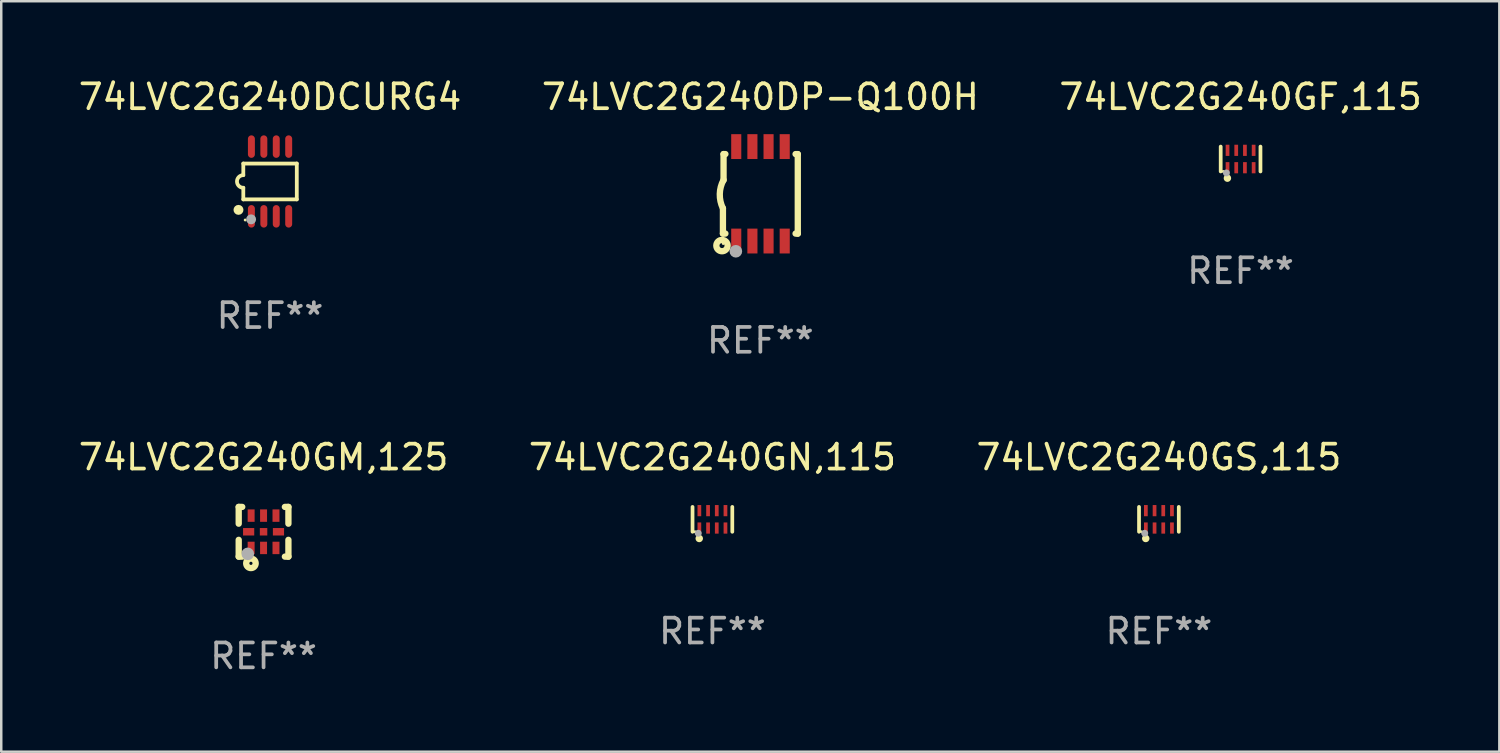
<source format=kicad_pcb>
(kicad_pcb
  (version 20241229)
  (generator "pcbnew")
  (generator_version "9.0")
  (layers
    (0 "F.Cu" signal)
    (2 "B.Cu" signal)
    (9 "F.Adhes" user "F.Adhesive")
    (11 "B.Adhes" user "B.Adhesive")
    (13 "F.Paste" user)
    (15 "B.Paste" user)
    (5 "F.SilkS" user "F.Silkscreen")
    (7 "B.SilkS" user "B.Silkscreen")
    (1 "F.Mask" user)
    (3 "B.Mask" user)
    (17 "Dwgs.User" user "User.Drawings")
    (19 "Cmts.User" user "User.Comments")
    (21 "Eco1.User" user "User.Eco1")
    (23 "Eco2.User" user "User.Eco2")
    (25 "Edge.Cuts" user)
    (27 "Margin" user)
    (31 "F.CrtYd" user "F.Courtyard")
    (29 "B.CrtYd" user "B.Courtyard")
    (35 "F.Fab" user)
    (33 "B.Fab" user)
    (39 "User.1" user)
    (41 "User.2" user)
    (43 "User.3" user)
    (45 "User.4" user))
  (footprint "74LVC2G240GF,115"
    (layer "F.Cu")
    (at 46.863 3.348)
    (property "Reference" "74LVC2G240GF,115" (at 0 -2.5 0) (layer "F.SilkS") (effects (font (size 1 1) (thickness 0.15))))
    (attr through_hole)
    (fp_line (start -0.8 -0.5) (end -0.8 0.5) (stroke (width 0.15) (type solid)) (layer "F.SilkS"))
    (fp_line (start 0.8 -0.5) (end 0.8 0.5) (stroke (width 0.15) (type solid)) (layer "F.SilkS"))
    (fp_circle (center -0.7 0.5) (end -0.67 0.5) (stroke (width 0.06) (type solid)) (fill no) (layer "F.SilkS"))
    (fp_circle (center -0.53 0.77) (end -0.454 0.77) (stroke (width 0.15) (type solid)) (fill no) (layer "F.SilkS"))
    (fp_circle (center -0.57 0.56) (end -0.5 0.56) (stroke (width 0.14) (type solid)) (fill no) (layer "F.Fab"))
    (fp_text user "REF**" (at 0 4.5 0) (layer "F.Fab") (effects (font (size 1 1) (thickness 0.15))))
    (pad "1" smd rect (at -0.525 0.35) (size 0.15 0.45) (layers "F.Cu" "F.Mask" "F.Paste"))
    (pad "2" smd rect (at -0.175 0.35) (size 0.15 0.45) (layers "F.Cu" "F.Mask" "F.Paste"))
    (pad "3" smd rect (at 0.175 0.35) (size 0.15 0.45) (layers "F.Cu" "F.Mask" "F.Paste"))
    (pad "4" smd rect (at 0.525 0.35) (size 0.15 0.45) (layers "F.Cu" "F.Mask" "F.Paste"))
    (pad "5" smd rect (at 0.525 -0.35) (size 0.15 0.45) (layers "F.Cu" "F.Mask" "F.Paste"))
    (pad "6" smd rect (at 0.175 -0.35) (size 0.15 0.45) (layers "F.Cu" "F.Mask" "F.Paste"))
    (pad "7" smd rect (at -0.175 -0.35) (size 0.15 0.45) (layers "F.Cu" "F.Mask" "F.Paste"))
    (pad "8" smd rect (at -0.525 -0.35) (size 0.15 0.45) (layers "F.Cu" "F.Mask" "F.Paste")))
  (footprint "74LVC2G240DP-Q100H"
    (layer "F.Cu")
    (at 27.542 4.748)
    (property "Reference" "74LVC2G240DP-Q100H" (at 0 -3.9 0) (layer "F.SilkS") (effects (font (size 1 1) (thickness 0.15))))
    (attr through_hole)
    (fp_line (start -1.506 1.6) (end -1.506 0.584) (stroke (width 0.254) (type solid)) (layer "F.SilkS"))
    (fp_line (start -1.506 1.6) (end -1.407 1.6) (stroke (width 0.254) (type solid)) (layer "F.SilkS"))
    (fp_line (start -1.481 -1.599) (end -1.481 -0.549) (stroke (width 0.254) (type solid)) (layer "F.SilkS"))
    (fp_line (start -1.481 -1.599) (end -1.407 -1.599) (stroke (width 0.254) (type solid)) (layer "F.SilkS"))
    (fp_line (start 1.417 -1.599) (end 1.506 -1.599) (stroke (width 0.254) (type solid)) (layer "F.SilkS"))
    (fp_line (start 1.417 1.6) (end 1.506 1.6) (stroke (width 0.254) (type solid)) (layer "F.SilkS"))
    (fp_line (start 1.506 1.603) (end 1.506 -1.595) (stroke (width 0.254) (type solid)) (layer "F.SilkS"))
    (fp_arc (start -1.506223 0.584328) (mid -1.632455 0.00974) (end -1.480823 -0.558674) (stroke (width 0.254001) (type solid)) (layer "F.SilkS"))
    (fp_circle (center -1.544 2.083) (end -1.443 2.083) (stroke (width 0.254) (type solid)) (fill no) (layer "F.SilkS"))
    (fp_circle (center -1.495 2) (end -1.465 2) (stroke (width 0.06) (type solid)) (fill no) (layer "F.SilkS"))
    (fp_circle (center -0.986 2.312) (end -0.859 2.312) (stroke (width 0.254) (type solid)) (fill no) (layer "F.Fab"))
    (fp_text user "REF**" (at 0 5.9 0) (layer "F.Fab") (effects (font (size 1 1) (thickness 0.15))))
    (pad "1" smd rect (at -0.97 1.9 90) (size 1 0.406) (layers "F.Cu" "F.Mask" "F.Paste"))
    (pad "2" smd rect (at -0.32 1.9 90) (size 1 0.406) (layers "F.Cu" "F.Mask" "F.Paste"))
    (pad "3" smd rect (at 0.33 1.9 90) (size 1 0.406) (layers "F.Cu" "F.Mask" "F.Paste"))
    (pad "4" smd rect (at 0.98 1.9 90) (size 1 0.406) (layers "F.Cu" "F.Mask" "F.Paste"))
    (pad "5" smd rect (at 0.98 -1.9 90) (size 1 0.406) (layers "F.Cu" "F.Mask" "F.Paste"))
    (pad "6" smd rect (at 0.33 -1.9 90) (size 1 0.406) (layers "F.Cu" "F.Mask" "F.Paste"))
    (pad "7" smd rect (at -0.32 -1.9 90) (size 1 0.406) (layers "F.Cu" "F.Mask" "F.Paste"))
    (pad "8" smd rect (at -0.97 -1.9 90) (size 1 0.406) (layers "F.Cu" "F.Mask" "F.Paste")))
  (footprint "74LVC2G240GM,125"
    (layer "F.Cu")
    (at 7.554 18.345)
    (property "Reference" "74LVC2G240GM,125" (at 0 -3 0) (layer "F.SilkS") (effects (font (size 1 1) (thickness 0.15))))
    (attr through_hole)
    (fp_line (start -1 -1) (end -0.858 -1) (stroke (width 0.254) (type solid)) (layer "F.SilkS"))
    (fp_line (start -1 -0.325) (end -1 -1) (stroke (width 0.254) (type solid)) (layer "F.SilkS"))
    (fp_line (start -1 1) (end -1 0.325) (stroke (width 0.254) (type solid)) (layer "F.SilkS"))
    (fp_line (start -0.858 1) (end -1 1) (stroke (width 0.254) (type solid)) (layer "F.SilkS"))
    (fp_line (start 0.858 -1) (end 1 -1) (stroke (width 0.254) (type solid)) (layer "F.SilkS"))
    (fp_line (start 1 -1) (end 1 -0.325) (stroke (width 0.254) (type solid)) (layer "F.SilkS"))
    (fp_line (start 1 0.325) (end 1 1) (stroke (width 0.254) (type solid)) (layer "F.SilkS"))
    (fp_line (start 1 1) (end 0.858 1) (stroke (width 0.254) (type solid)) (layer "F.SilkS"))
    (fp_circle (center -0.8 0.8) (end -0.77 0.8) (stroke (width 0.06) (type solid)) (fill no) (layer "F.SilkS"))
    (fp_circle (center -0.508 1.27) (end -0.444 1.27) (stroke (width 0.254) (type solid)) (fill no) (layer "F.SilkS"))
    (fp_circle (center -0.635 0.889) (end -0.508 0.889) (stroke (width 0.254) (type solid)) (fill no) (layer "F.Fab"))
    (fp_text user "REF**" (at 0 5 0) (layer "F.Fab") (effects (font (size 1 1) (thickness 0.15))))
    (pad "1" smd rect (at -0.5 0.65 90) (size 0.5 0.28) (layers "F.Cu" "F.Mask" "F.Paste"))
    (pad "2" smd rect (at 0.000013 0.65 90) (size 0.5 0.28) (layers "F.Cu" "F.Mask" "F.Paste"))
    (pad "3" smd rect (at 0.5 0.65 90) (size 0.5 0.28) (layers "F.Cu" "F.Mask" "F.Paste"))
    (pad "4" smd rect (at 0.6 0.000076 180) (size 0.45 0.3) (layers "F.Cu" "F.Mask" "F.Paste"))
    (pad "5" smd rect (at 0.5 -0.65 90) (size 0.5 0.28) (layers "F.Cu" "F.Mask" "F.Paste"))
    (pad "6" smd rect (at 0.000013 -0.65 90) (size 0.5 0.28) (layers "F.Cu" "F.Mask" "F.Paste"))
    (pad "7" smd rect (at -0.5 -0.65 90) (size 0.5 0.28) (layers "F.Cu" "F.Mask" "F.Paste"))
    (pad "8" smd rect (at -0.6 0.000076 180) (size 0.45 0.3) (layers "F.Cu" "F.Mask" "F.Paste"))
    (pad "9" smd rect (at 0.000013 0.000076 180) (size 0.3 0.3) (layers "F.Cu" "F.Mask" "F.Paste")))
  (footprint "74LVC2G240DCURG4"
    (layer "F.Cu")
    (at 7.815 4.251)
    (property "Reference" "74LVC2G240DCURG4" (at 0 -3.403 0) (layer "F.SilkS") (effects (font (size 1 1) (thickness 0.15))))
    (attr through_hole)
    (fp_line (start -1.076 -0.721) (end 1.076 -0.721) (stroke (width 0.152) (type solid)) (layer "F.SilkS"))
    (fp_line (start -1.076 -0.254) (end -1.076 -0.721) (stroke (width 0.152) (type solid)) (layer "F.SilkS"))
    (fp_line (start -1.076 0.254) (end -1.076 0.721) (stroke (width 0.152) (type solid)) (layer "F.SilkS"))
    (fp_line (start 1.076 -0.721) (end 1.076 0.721) (stroke (width 0.152) (type solid)) (layer "F.SilkS"))
    (fp_line (start 1.076 0.721) (end -1.076 0.721) (stroke (width 0.152) (type solid)) (layer "F.SilkS"))
    (fp_arc (start -1.076226 0.254051) (mid -1.330226 0.000051) (end -1.076226 -0.253949) (stroke (width 0.151994) (type solid)) (layer "F.SilkS"))
    (fp_circle (center -1.27 1.143) (end -1.17 1.143) (stroke (width 0.2) (type solid)) (fill no) (layer "F.SilkS"))
    (fp_circle (center -1 1.55) (end -0.97 1.55) (stroke (width 0.06) (type solid)) (fill no) (layer "F.SilkS"))
    (fp_circle (center -0.762 1.524) (end -0.662 1.524) (stroke (width 0.2) (type solid)) (fill no) (layer "F.Fab"))
    (fp_text user "REF**" (at 0 5.403 0) (layer "F.Fab") (effects (font (size 1 1) (thickness 0.15))))
    (pad "1" smd oval (at -0.75 1.403) (size 0.28 0.905) (layers "F.Cu" "F.Mask" "F.Paste"))
    (pad "2" smd oval (at -0.25 1.403) (size 0.28 0.905) (layers "F.Cu" "F.Mask" "F.Paste"))
    (pad "3" smd oval (at 0.25 1.403) (size 0.28 0.905) (layers "F.Cu" "F.Mask" "F.Paste"))
    (pad "4" smd oval (at 0.75 1.403) (size 0.28 0.905) (layers "F.Cu" "F.Mask" "F.Paste"))
    (pad "5" smd oval (at 0.75 -1.403) (size 0.28 0.905) (layers "F.Cu" "F.Mask" "F.Paste"))
    (pad "6" smd oval (at 0.25 -1.403) (size 0.28 0.905) (layers "F.Cu" "F.Mask" "F.Paste"))
    (pad "7" smd oval (at -0.25 -1.403) (size 0.28 0.905) (layers "F.Cu" "F.Mask" "F.Paste"))
    (pad "8" smd oval (at -0.75 -1.403) (size 0.28 0.905) (layers "F.Cu" "F.Mask" "F.Paste")))
  (footprint "74LVC2G240GN,115"
    (layer "F.Cu")
    (at 25.613 17.845)
    (property "Reference" "74LVC2G240GN,115" (at 0 -2.5 0) (layer "F.SilkS") (effects (font (size 1 1) (thickness 0.15))))
    (attr through_hole)
    (fp_line (start -0.8 -0.5) (end -0.8 0.5) (stroke (width 0.15) (type solid)) (layer "F.SilkS"))
    (fp_line (start 0.8 -0.5) (end 0.8 0.5) (stroke (width 0.15) (type solid)) (layer "F.SilkS"))
    (fp_circle (center -0.7 0.5) (end -0.67 0.5) (stroke (width 0.06) (type solid)) (fill no) (layer "F.SilkS"))
    (fp_circle (center -0.53 0.77) (end -0.454 0.77) (stroke (width 0.15) (type solid)) (fill no) (layer "F.SilkS"))
    (fp_circle (center -0.57 0.56) (end -0.5 0.56) (stroke (width 0.14) (type solid)) (fill no) (layer "F.Fab"))
    (fp_text user "REF**" (at 0 4.5 0) (layer "F.Fab") (effects (font (size 1 1) (thickness 0.15))))
    (pad "1" smd rect (at -0.525 0.35) (size 0.15 0.45) (layers "F.Cu" "F.Mask" "F.Paste"))
    (pad "2" smd rect (at -0.175 0.35) (size 0.15 0.45) (layers "F.Cu" "F.Mask" "F.Paste"))
    (pad "3" smd rect (at 0.175 0.35) (size 0.15 0.45) (layers "F.Cu" "F.Mask" "F.Paste"))
    (pad "4" smd rect (at 0.525 0.35) (size 0.15 0.45) (layers "F.Cu" "F.Mask" "F.Paste"))
    (pad "5" smd rect (at 0.525 -0.35) (size 0.15 0.45) (layers "F.Cu" "F.Mask" "F.Paste"))
    (pad "6" smd rect (at 0.175 -0.35) (size 0.15 0.45) (layers "F.Cu" "F.Mask" "F.Paste"))
    (pad "7" smd rect (at -0.175 -0.35) (size 0.15 0.45) (layers "F.Cu" "F.Mask" "F.Paste"))
    (pad "8" smd rect (at -0.525 -0.35) (size 0.15 0.45) (layers "F.Cu" "F.Mask" "F.Paste")))
  (footprint "74LVC2G240GS,115"
    (layer "F.Cu")
    (at 43.577 17.845)
    (property "Reference" "74LVC2G240GS,115" (at 0 -2.5 0) (layer "F.SilkS") (effects (font (size 1 1) (thickness 0.15))))
    (attr through_hole)
    (fp_line (start -0.8 -0.5) (end -0.8 0.5) (stroke (width 0.15) (type solid)) (layer "F.SilkS"))
    (fp_line (start 0.8 -0.5) (end 0.8 0.5) (stroke (width 0.15) (type solid)) (layer "F.SilkS"))
    (fp_circle (center -0.7 0.5) (end -0.67 0.5) (stroke (width 0.06) (type solid)) (fill no) (layer "F.SilkS"))
    (fp_circle (center -0.53 0.77) (end -0.454 0.77) (stroke (width 0.15) (type solid)) (fill no) (layer "F.SilkS"))
    (fp_circle (center -0.57 0.56) (end -0.5 0.56) (stroke (width 0.14) (type solid)) (fill no) (layer "F.Fab"))
    (fp_text user "REF**" (at 0 4.5 0) (layer "F.Fab") (effects (font (size 1 1) (thickness 0.15))))
    (pad "1" smd rect (at -0.525 0.35) (size 0.15 0.45) (layers "F.Cu" "F.Mask" "F.Paste"))
    (pad "2" smd rect (at -0.175 0.35) (size 0.15 0.45) (layers "F.Cu" "F.Mask" "F.Paste"))
    (pad "3" smd rect (at 0.175 0.35) (size 0.15 0.45) (layers "F.Cu" "F.Mask" "F.Paste"))
    (pad "4" smd rect (at 0.525 0.35) (size 0.15 0.45) (layers "F.Cu" "F.Mask" "F.Paste"))
    (pad "5" smd rect (at 0.525 -0.35) (size 0.15 0.45) (layers "F.Cu" "F.Mask" "F.Paste"))
    (pad "6" smd rect (at 0.175 -0.35) (size 0.15 0.45) (layers "F.Cu" "F.Mask" "F.Paste"))
    (pad "7" smd rect (at -0.175 -0.35) (size 0.15 0.45) (layers "F.Cu" "F.Mask" "F.Paste"))
    (pad "8" smd rect (at -0.525 -0.35) (size 0.15 0.45) (layers "F.Cu" "F.Mask" "F.Paste")))
  (gr_rect
    (start -3 -3)
    (end 57.274 27.193)
    (stroke (width 0.1) (type default))
    (fill no)
    (layer "Edge.Cuts")))
</source>
